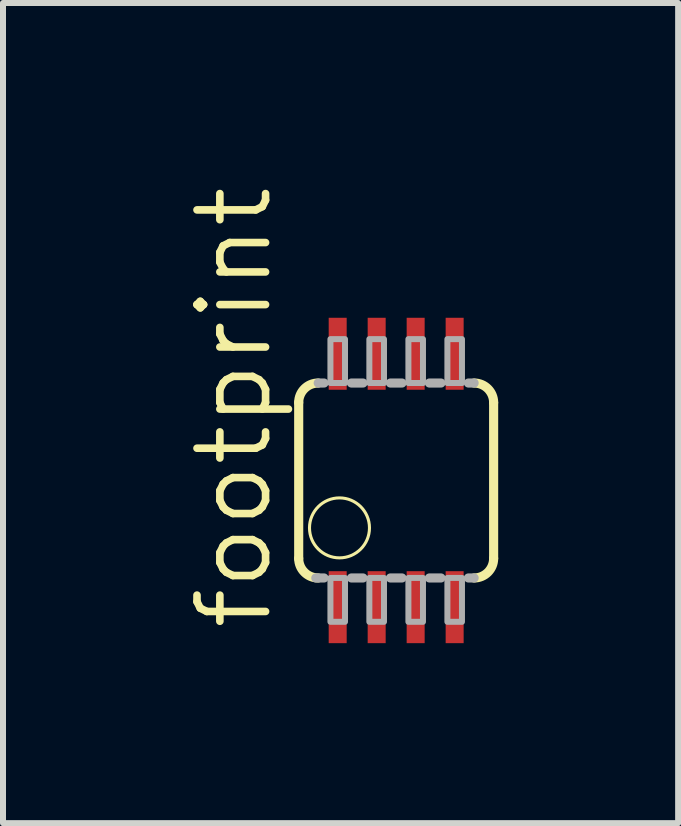
<source format=kicad_pcb>
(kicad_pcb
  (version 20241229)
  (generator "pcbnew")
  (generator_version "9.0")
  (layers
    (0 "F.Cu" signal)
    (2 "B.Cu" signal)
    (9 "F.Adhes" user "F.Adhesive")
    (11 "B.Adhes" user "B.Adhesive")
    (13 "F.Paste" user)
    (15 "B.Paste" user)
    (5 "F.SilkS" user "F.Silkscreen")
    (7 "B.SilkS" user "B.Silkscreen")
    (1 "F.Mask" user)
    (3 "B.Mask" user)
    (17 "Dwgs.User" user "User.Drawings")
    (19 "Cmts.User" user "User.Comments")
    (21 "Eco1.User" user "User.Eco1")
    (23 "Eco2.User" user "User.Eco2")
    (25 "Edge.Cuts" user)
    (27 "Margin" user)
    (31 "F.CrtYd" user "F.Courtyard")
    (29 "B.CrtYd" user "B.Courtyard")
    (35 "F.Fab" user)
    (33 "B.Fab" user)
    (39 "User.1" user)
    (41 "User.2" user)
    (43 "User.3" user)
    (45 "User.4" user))
  (footprint "footprint"
    (layer "F.Cu")
    (at 3.556 4.96)
    (property "Reference" "footprint" (at -2.032 2.54 90) (layer "F.SilkS") (effects (font (size 1.143 1.143) (thickness 0.127)) (justify left bottom)))
    (fp_line (start -1.626 1.301) (end -1.626 -1.299) (stroke (width 0.152) (type solid)) (layer "F.SilkS"))
    (fp_line (start 1.624 -1.299) (end 1.624 1.301) (stroke (width 0.152) (type solid)) (layer "F.SilkS"))
    (fp_arc (start -1.626 -1.299) (mid -1.53081 -1.52881) (end -1.301 -1.624) (stroke (width 0.1524) (type solid)) (layer "F.SilkS"))
    (fp_arc (start -1.301 1.626) (mid -1.53081 1.53081) (end -1.626 1.301) (stroke (width 0.1524) (type solid)) (layer "F.SilkS"))
    (fp_arc (start 1.299 -1.624) (mid 1.52881 -1.52881) (end 1.624 -1.299) (stroke (width 0.1524) (type solid)) (layer "F.SilkS"))
    (fp_arc (start 1.624 1.301) (mid 1.52881 1.53081) (end 1.299 1.626) (stroke (width 0.1524) (type solid)) (layer "F.SilkS"))
    (fp_circle (center -0.946 0.791) (end -0.446 0.791) (stroke (width 0.051) (type solid)) (fill no) (layer "F.SilkS"))
    (fp_line (start -1.341 1.626) (end -1.204 1.626) (stroke (width 0.152) (type solid)) (layer "F.Fab"))
    (fp_line (start -1.301 -1.624) (end -1.204 -1.624) (stroke (width 0.152) (type solid)) (layer "F.Fab"))
    (fp_line (start -0.747 -1.624) (end -0.554 -1.624) (stroke (width 0.152) (type solid)) (layer "F.Fab"))
    (fp_line (start -0.747 1.626) (end -0.554 1.626) (stroke (width 0.152) (type solid)) (layer "F.Fab"))
    (fp_line (start -0.097 -1.624) (end 0.096 -1.624) (stroke (width 0.152) (type solid)) (layer "F.Fab"))
    (fp_line (start -0.097 1.626) (end 0.096 1.626) (stroke (width 0.152) (type solid)) (layer "F.Fab"))
    (fp_line (start 0.553 -1.624) (end 0.746 -1.624) (stroke (width 0.152) (type solid)) (layer "F.Fab"))
    (fp_line (start 0.553 1.626) (end 0.746 1.626) (stroke (width 0.152) (type solid)) (layer "F.Fab"))
    (fp_line (start 1.203 -1.624) (end 1.299 -1.624) (stroke (width 0.152) (type solid)) (layer "F.Fab"))
    (fp_line (start 1.203 1.626) (end 1.299 1.626) (stroke (width 0.152) (type solid)) (layer "F.Fab"))
    (fp_poly (pts (xy -1.097 -1.624) (xy -0.854 -1.624) (xy -0.854 -2.356) (xy -1.097 -2.356)) (stroke (width 0.1) (type solid)) (fill no) (layer "F.Fab"))
    (fp_poly (pts (xy -1.097 2.357) (xy -0.854 2.357) (xy -0.854 1.626) (xy -1.097 1.626)) (stroke (width 0.1) (type solid)) (fill no) (layer "F.Fab"))
    (fp_poly (pts (xy -0.448 -1.624) (xy -0.204 -1.624) (xy -0.204 -2.356) (xy -0.448 -2.356)) (stroke (width 0.1) (type solid)) (fill no) (layer "F.Fab"))
    (fp_poly (pts (xy -0.448 2.357) (xy -0.204 2.357) (xy -0.204 1.626) (xy -0.448 1.626)) (stroke (width 0.1) (type solid)) (fill no) (layer "F.Fab"))
    (fp_poly (pts (xy 0.203 -1.624) (xy 0.446 -1.624) (xy 0.446 -2.356) (xy 0.203 -2.356)) (stroke (width 0.1) (type solid)) (fill no) (layer "F.Fab"))
    (fp_poly (pts (xy 0.203 2.357) (xy 0.446 2.357) (xy 0.446 1.626) (xy 0.203 1.626)) (stroke (width 0.1) (type solid)) (fill no) (layer "F.Fab"))
    (fp_poly (pts (xy 0.853 -1.624) (xy 1.096 -1.624) (xy 1.096 -2.356) (xy 0.853 -2.356)) (stroke (width 0.1) (type solid)) (fill no) (layer "F.Fab"))
    (fp_poly (pts (xy 0.853 2.357) (xy 1.096 2.357) (xy 1.096 1.626) (xy 0.853 1.626)) (stroke (width 0.1) (type solid)) (fill no) (layer "F.Fab"))
    (pad "1" smd rect (at -0.976 2.113) (size 0.3 1.2) (layers "F.Cu" "F.Mask" "F.Paste"))
    (pad "2" smd rect (at -0.326 2.113) (size 0.3 1.2) (layers "F.Cu" "F.Mask" "F.Paste"))
    (pad "3" smd rect (at 0.324 2.113) (size 0.3 1.2) (layers "F.Cu" "F.Mask" "F.Paste"))
    (pad "4" smd rect (at 0.974 2.113) (size 0.3 1.2) (layers "F.Cu" "F.Mask" "F.Paste"))
    (pad "5" smd rect (at 0.974 -2.112) (size 0.3 1.2) (layers "F.Cu" "F.Mask" "F.Paste"))
    (pad "6" smd rect (at 0.324 -2.112) (size 0.3 1.2) (layers "F.Cu" "F.Mask" "F.Paste"))
    (pad "7" smd rect (at -0.326 -2.112) (size 0.3 1.2) (layers "F.Cu" "F.Mask" "F.Paste"))
    (pad "8" smd rect (at -0.976 -2.112) (size 0.3 1.2) (layers "F.Cu" "F.Mask" "F.Paste")))
  (gr_rect
    (start -3 -3)
    (end 8.256 10.673)
    (stroke (width 0.1) (type default))
    (fill no)
    (layer "Edge.Cuts")))
</source>
